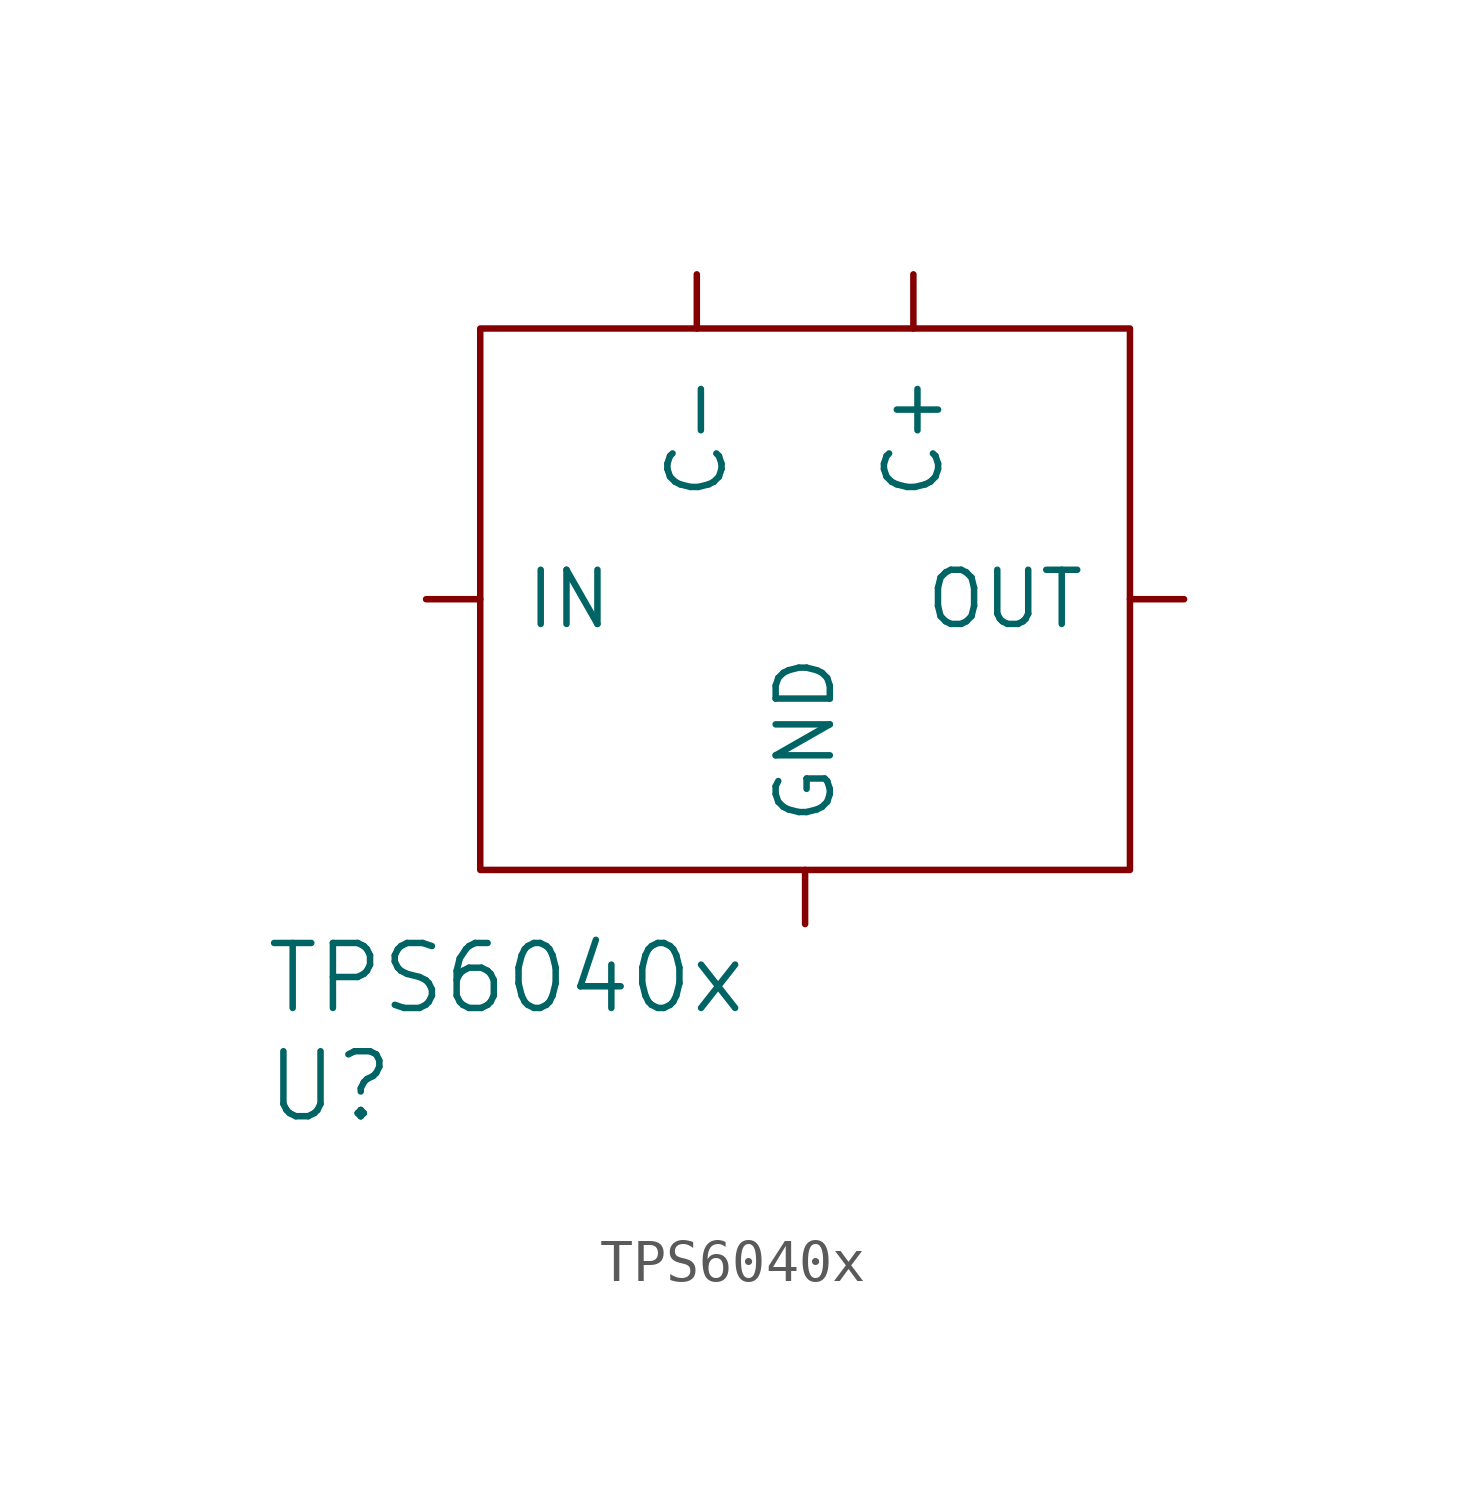
<source format=kicad_sym>
(kicad_symbol_lib
  (version 20211014)
  (generator kicad_symbol_editor)
  (symbol "TPS6040x"
    (pin_numbers hide)
    (pin_names
      (offset 1.016))
    (property "Reference" "U"
      (at -12.7 -11.43 0)
      (effects (font (size 1.524 1.524)) (justify left)))
    (property "Value" "TPS6040x"
      (at -12.7 -8.89 0)
      (effects (font (size 1.524 1.524)) (justify left)))
    (symbol "TPS6040x_0_1"
      (rectangle (start -7.62 6.35) (end 7.62 -6.35) (stroke (width 0) (type default) (color 0 0 0 0)) (fill (type none))))
    (symbol "TPS6040x_1_1"
      (pin power_out line (at 8.89 0 180) (length 1.27) (name "OUT" (effects (font (size 1.27 1.27)))) (number "1" (effects (font (size 1.27 1.27)))))
      (pin power_in line (at -8.89 0 0) (length 1.27) (name "IN" (effects (font (size 1.27 1.27)))) (number "2" (effects (font (size 1.27 1.27)))))
      (pin passive line (at -2.54 7.62 270) (length 1.27) (name "C-" (effects (font (size 1.27 1.27)))) (number "3" (effects (font (size 1.27 1.27)))))
      (pin power_in line (at 0 -7.62 90) (length 1.27) (name "GND" (effects (font (size 1.27 1.27)))) (number "4" (effects (font (size 1.27 1.27)))))
      (pin passive line (at 2.54 7.62 270) (length 1.27) (name "C+" (effects (font (size 1.27 1.27)))) (number "5" (effects (font (size 1.27 1.27))))))))
</source>
